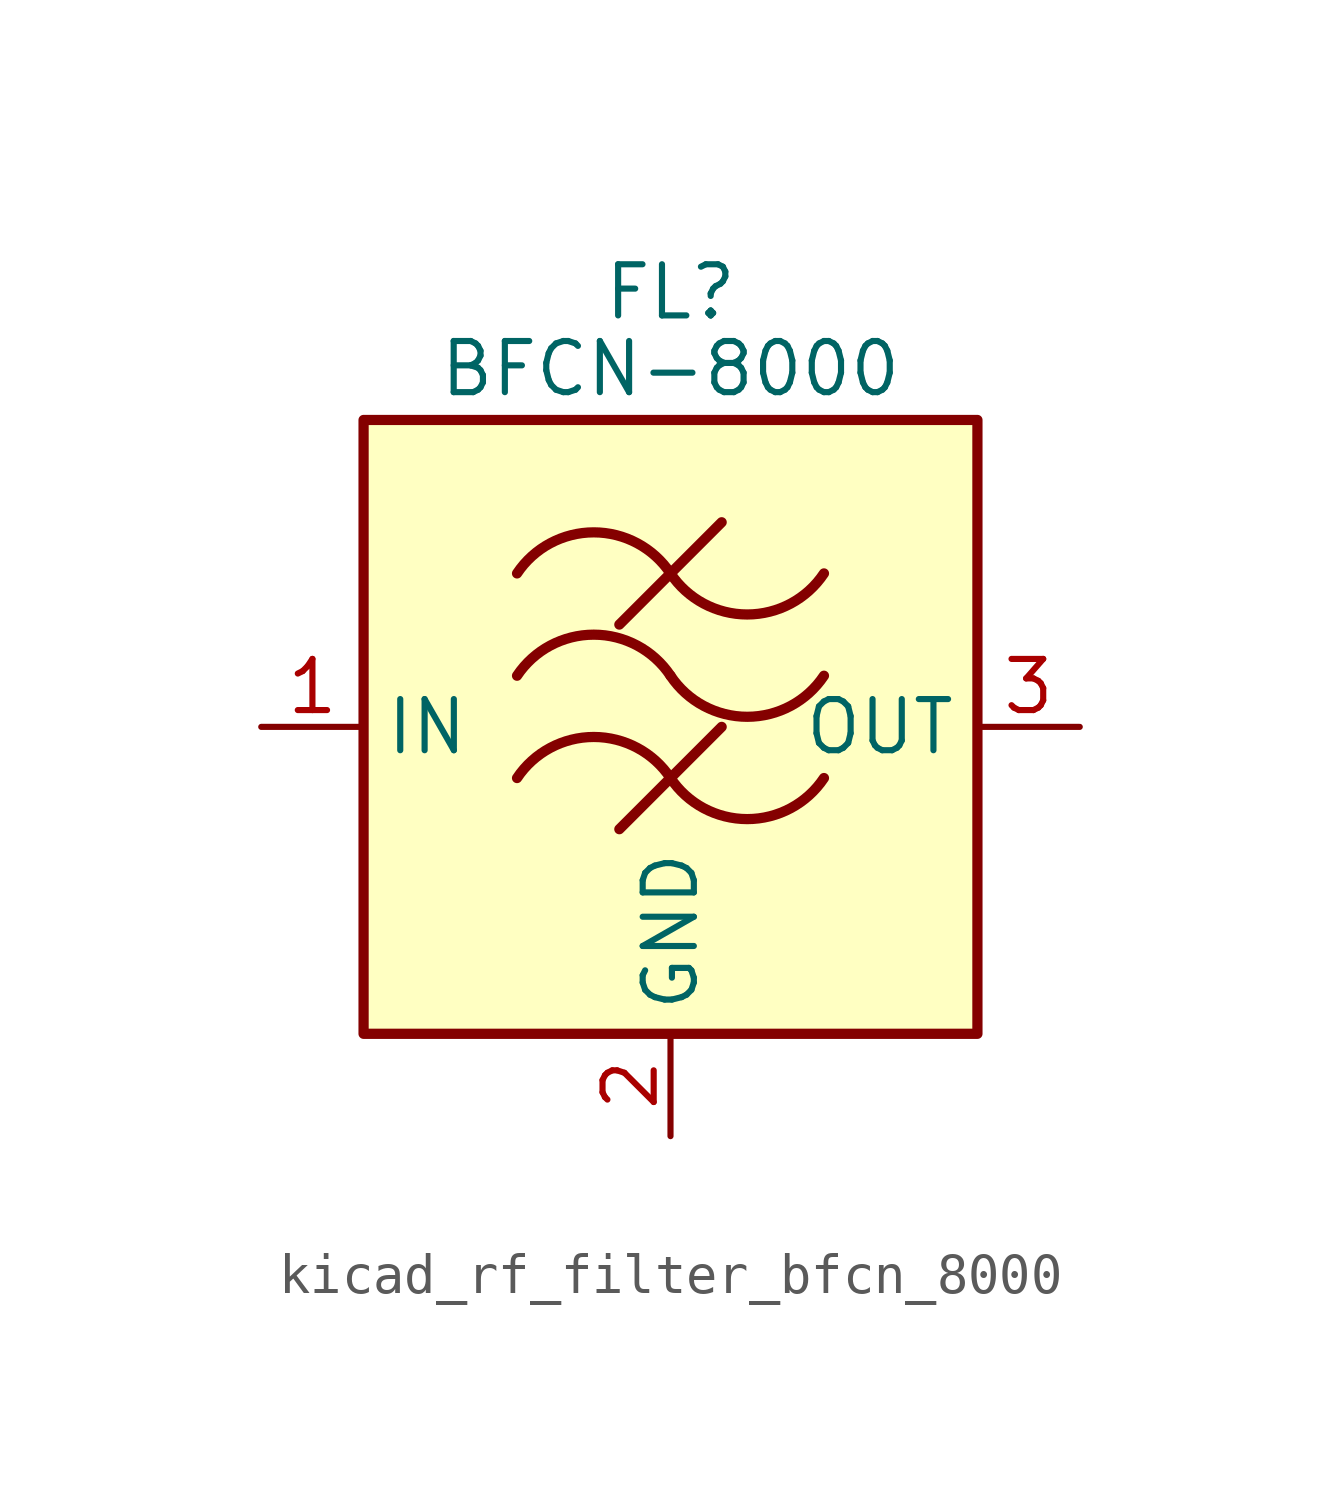
<source format=kicad_sym>
(kicad_symbol_lib
  (version 20220914)
  (generator kicad_symbol_editor)
  (symbol "kicad_rf_filter_bfcn_8000"
    (property "Reference" "FL"
      (at 0 10.795 0)
      (effects (font (size 1.27 1.27))))
    (property "Value" "BFCN-8000"
      (at 0 8.89 0)
      (effects (font (size 1.27 1.27))))
    (symbol "kicad_rf_filter_bfcn_8000_0_1"
      (rectangle (start -7.62 7.62) (end 7.62 -7.62) (stroke (width 0.254) (type default)) (fill (type background)))
      (arc (start 0 -1.27) (mid -1.905 -0.2505) (end -3.81 -1.27) (stroke (width 0.254) (type default)) (fill (type none)))
      (arc (start 0 -1.27) (mid 1.905 -2.2895) (end 3.81 -1.27) (stroke (width 0.254) (type default)) (fill (type none)))
      (polyline (pts (xy -1.27 -2.54) (xy 1.27 0)) (stroke (width 0.254) (type default)) (fill (type none)))
      (polyline (pts (xy -1.27 2.54) (xy 1.27 5.08)) (stroke (width 0.254) (type default)) (fill (type none)))
      (arc (start 0 1.27) (mid -1.905 2.2895) (end -3.81 1.27) (stroke (width 0.254) (type default)) (fill (type none)))
      (arc (start 0 1.27) (mid 1.905 0.2505) (end 3.81 1.27) (stroke (width 0.254) (type default)) (fill (type none)))
      (arc (start 0 3.81) (mid -1.905 4.8295) (end -3.81 3.81) (stroke (width 0.254) (type default)) (fill (type none)))
      (arc (start 0 3.81) (mid 1.905 2.7905) (end 3.81 3.81) (stroke (width 0.254) (type default)) (fill (type none))))
    (symbol "kicad_rf_filter_bfcn_8000_1_1"
      (pin passive line (at -10.16 0 0) (length 2.54) (name "IN" (effects (font (size 1.27 1.27)))) (number "1" (effects (font (size 1.27 1.27)))))
      (pin passive line (at 0 -10.16 90) (length 2.54) (name "GND" (effects (font (size 1.27 1.27)))) (number "2" (effects (font (size 1.27 1.27)))))
      (pin passive line (at 10.16 0 180) (length 2.54) (name "OUT" (effects (font (size 1.27 1.27)))) (number "3" (effects (font (size 1.27 1.27)))))
      (pin passive line (at 0 -10.16 90) (length 2.54) hide (name "GND" (effects (font (size 1.27 1.27)))) (number "4" (effects (font (size 1.27 1.27))))))))
</source>
